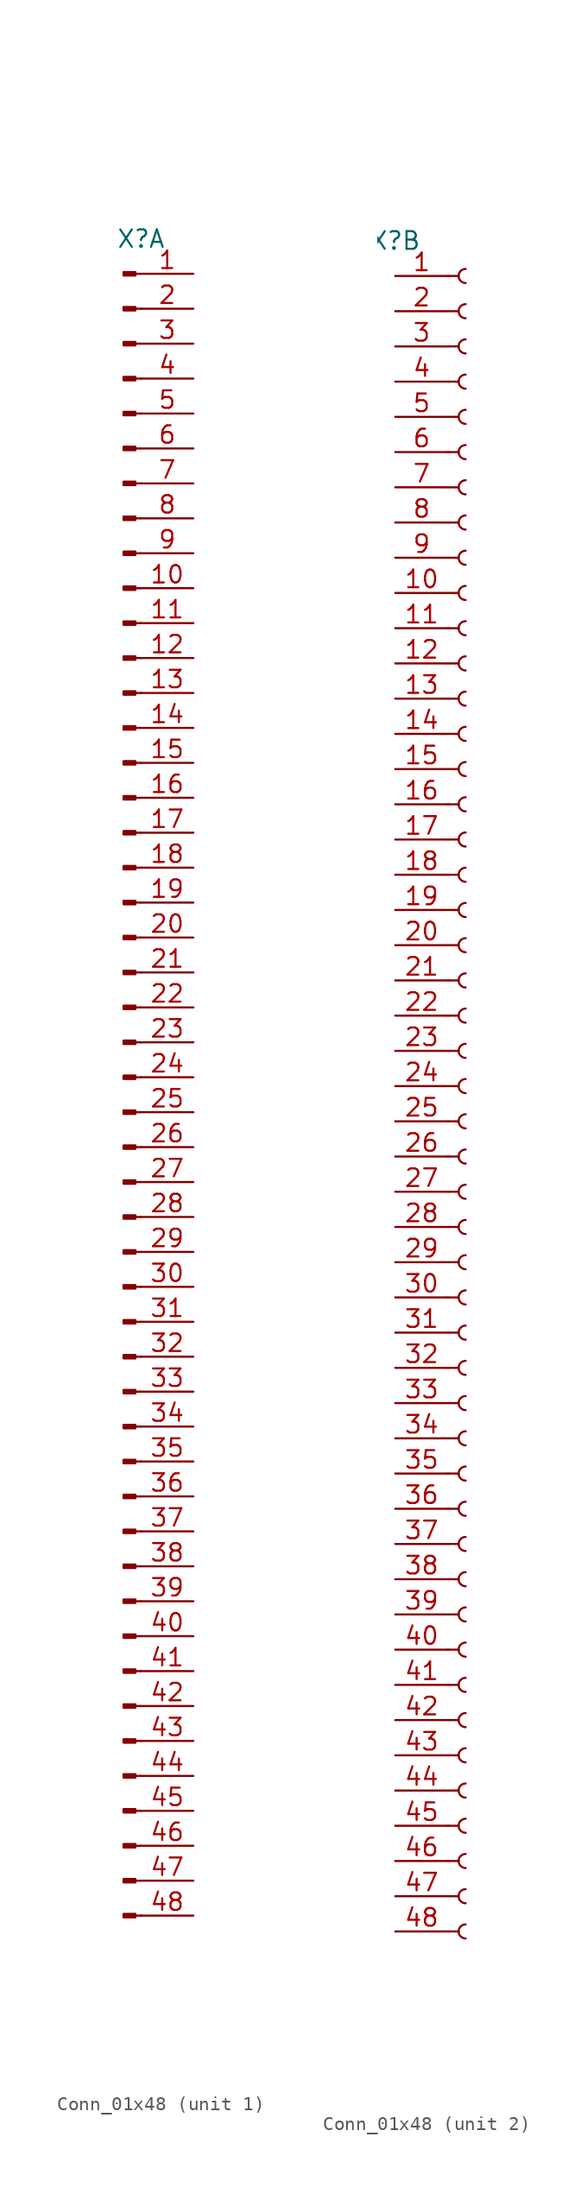
<source format=kicad_sym>
(kicad_symbol_lib
  (version 20241209)
  (generator "kicad_symbol_editor")
  (generator_version "9.0")
  (symbol "Conn_01x48"
    (pin_names
      (offset 1.016)
      (hide yes))
    (property "Reference" "X"
      (at 0 60.96 0)
      (effects (font (size 1.27 1.27))))
    (property "ki_locked" ""
      (at 0 0 0)
      (effects (font (size 1.27 1.27))))
    (symbol "Conn_01x48_1_1"
      (rectangle (start -0.406 58.547) (end -1.27 58.293) (stroke (width 0.152) (type default)) (fill (type outline)))
      (rectangle (start -0.406 56.007) (end -1.27 55.753) (stroke (width 0.152) (type default)) (fill (type outline)))
      (rectangle (start -0.406 53.467) (end -1.27 53.213) (stroke (width 0.152) (type default)) (fill (type outline)))
      (rectangle (start -0.406 50.927) (end -1.27 50.673) (stroke (width 0.152) (type default)) (fill (type outline)))
      (rectangle (start -0.406 48.387) (end -1.27 48.133) (stroke (width 0.152) (type default)) (fill (type outline)))
      (rectangle (start -0.406 45.847) (end -1.27 45.593) (stroke (width 0.152) (type default)) (fill (type outline)))
      (rectangle (start -0.406 43.307) (end -1.27 43.053) (stroke (width 0.152) (type default)) (fill (type outline)))
      (rectangle (start -0.406 40.767) (end -1.27 40.513) (stroke (width 0.152) (type default)) (fill (type outline)))
      (rectangle (start -0.406 38.227) (end -1.27 37.973) (stroke (width 0.152) (type default)) (fill (type outline)))
      (rectangle (start -0.406 35.687) (end -1.27 35.433) (stroke (width 0.152) (type default)) (fill (type outline)))
      (rectangle (start -0.406 33.147) (end -1.27 32.893) (stroke (width 0.152) (type default)) (fill (type outline)))
      (rectangle (start -0.406 30.607) (end -1.27 30.353) (stroke (width 0.152) (type default)) (fill (type outline)))
      (rectangle (start -0.406 28.067) (end -1.27 27.813) (stroke (width 0.152) (type default)) (fill (type outline)))
      (rectangle (start -0.406 25.527) (end -1.27 25.273) (stroke (width 0.152) (type default)) (fill (type outline)))
      (rectangle (start -0.406 22.987) (end -1.27 22.733) (stroke (width 0.152) (type default)) (fill (type outline)))
      (rectangle (start -0.406 20.447) (end -1.27 20.193) (stroke (width 0.152) (type default)) (fill (type outline)))
      (rectangle (start -0.406 17.907) (end -1.27 17.653) (stroke (width 0.152) (type default)) (fill (type outline)))
      (rectangle (start -0.406 15.367) (end -1.27 15.113) (stroke (width 0.152) (type default)) (fill (type outline)))
      (rectangle (start -0.406 12.827) (end -1.27 12.573) (stroke (width 0.152) (type default)) (fill (type outline)))
      (rectangle (start -0.406 10.287) (end -1.27 10.033) (stroke (width 0.152) (type default)) (fill (type outline)))
      (rectangle (start -0.406 7.747) (end -1.27 7.493) (stroke (width 0.152) (type default)) (fill (type outline)))
      (rectangle (start -0.406 5.207) (end -1.27 4.953) (stroke (width 0.152) (type default)) (fill (type outline)))
      (rectangle (start -0.406 2.667) (end -1.27 2.413) (stroke (width 0.152) (type default)) (fill (type outline)))
      (rectangle (start -0.406 0.127) (end -1.27 -0.127) (stroke (width 0.152) (type default)) (fill (type outline)))
      (rectangle (start -0.406 -2.413) (end -1.27 -2.667) (stroke (width 0.152) (type default)) (fill (type outline)))
      (rectangle (start -0.406 -4.953) (end -1.27 -5.207) (stroke (width 0.152) (type default)) (fill (type outline)))
      (rectangle (start -0.406 -7.493) (end -1.27 -7.747) (stroke (width 0.152) (type default)) (fill (type outline)))
      (rectangle (start -0.406 -10.033) (end -1.27 -10.287) (stroke (width 0.152) (type default)) (fill (type outline)))
      (rectangle (start -0.406 -12.573) (end -1.27 -12.827) (stroke (width 0.152) (type default)) (fill (type outline)))
      (rectangle (start -0.406 -15.113) (end -1.27 -15.367) (stroke (width 0.152) (type default)) (fill (type outline)))
      (rectangle (start -0.406 -17.653) (end -1.27 -17.907) (stroke (width 0.152) (type default)) (fill (type outline)))
      (rectangle (start -0.406 -20.193) (end -1.27 -20.447) (stroke (width 0.152) (type default)) (fill (type outline)))
      (rectangle (start -0.406 -22.733) (end -1.27 -22.987) (stroke (width 0.152) (type default)) (fill (type outline)))
      (rectangle (start -0.406 -25.273) (end -1.27 -25.527) (stroke (width 0.152) (type default)) (fill (type outline)))
      (rectangle (start -0.406 -27.813) (end -1.27 -28.067) (stroke (width 0.152) (type default)) (fill (type outline)))
      (rectangle (start -0.406 -30.353) (end -1.27 -30.607) (stroke (width 0.152) (type default)) (fill (type outline)))
      (rectangle (start -0.406 -32.893) (end -1.27 -33.147) (stroke (width 0.152) (type default)) (fill (type outline)))
      (rectangle (start -0.406 -35.433) (end -1.27 -35.687) (stroke (width 0.152) (type default)) (fill (type outline)))
      (rectangle (start -0.406 -37.973) (end -1.27 -38.227) (stroke (width 0.152) (type default)) (fill (type outline)))
      (rectangle (start -0.406 -40.513) (end -1.27 -40.767) (stroke (width 0.152) (type default)) (fill (type outline)))
      (rectangle (start -0.406 -43.053) (end -1.27 -43.307) (stroke (width 0.152) (type default)) (fill (type outline)))
      (rectangle (start -0.406 -45.593) (end -1.27 -45.847) (stroke (width 0.152) (type default)) (fill (type outline)))
      (rectangle (start -0.406 -48.133) (end -1.27 -48.387) (stroke (width 0.152) (type default)) (fill (type outline)))
      (rectangle (start -0.406 -50.673) (end -1.27 -50.927) (stroke (width 0.152) (type default)) (fill (type outline)))
      (rectangle (start -0.406 -53.213) (end -1.27 -53.467) (stroke (width 0.152) (type default)) (fill (type outline)))
      (rectangle (start -0.406 -55.753) (end -1.27 -56.007) (stroke (width 0.152) (type default)) (fill (type outline)))
      (rectangle (start -0.406 -58.293) (end -1.27 -58.547) (stroke (width 0.152) (type default)) (fill (type outline)))
      (rectangle (start -0.406 -60.833) (end -1.27 -61.087) (stroke (width 0.152) (type default)) (fill (type outline)))
      (polyline (pts (xy 0 58.42) (xy -0.406 58.42)) (stroke (width 0.152) (type default)) (fill (type none)))
      (polyline (pts (xy 0 55.88) (xy -0.406 55.88)) (stroke (width 0.152) (type default)) (fill (type none)))
      (polyline (pts (xy 0 53.34) (xy -0.406 53.34)) (stroke (width 0.152) (type default)) (fill (type none)))
      (polyline (pts (xy 0 50.8) (xy -0.406 50.8)) (stroke (width 0.152) (type default)) (fill (type none)))
      (polyline (pts (xy 0 48.26) (xy -0.406 48.26)) (stroke (width 0.152) (type default)) (fill (type none)))
      (polyline (pts (xy 0 45.72) (xy -0.406 45.72)) (stroke (width 0.152) (type default)) (fill (type none)))
      (polyline (pts (xy 0 43.18) (xy -0.406 43.18)) (stroke (width 0.152) (type default)) (fill (type none)))
      (polyline (pts (xy 0 40.64) (xy -0.406 40.64)) (stroke (width 0.152) (type default)) (fill (type none)))
      (polyline (pts (xy 0 38.1) (xy -0.406 38.1)) (stroke (width 0.152) (type default)) (fill (type none)))
      (polyline (pts (xy 0 35.56) (xy -0.406 35.56)) (stroke (width 0.152) (type default)) (fill (type none)))
      (polyline (pts (xy 0 33.02) (xy -0.406 33.02)) (stroke (width 0.152) (type default)) (fill (type none)))
      (polyline (pts (xy 0 30.48) (xy -0.406 30.48)) (stroke (width 0.152) (type default)) (fill (type none)))
      (polyline (pts (xy 0 27.94) (xy -0.406 27.94)) (stroke (width 0.152) (type default)) (fill (type none)))
      (polyline (pts (xy 0 25.4) (xy -0.406 25.4)) (stroke (width 0.152) (type default)) (fill (type none)))
      (polyline (pts (xy 0 22.86) (xy -0.406 22.86)) (stroke (width 0.152) (type default)) (fill (type none)))
      (polyline (pts (xy 0 20.32) (xy -0.406 20.32)) (stroke (width 0.152) (type default)) (fill (type none)))
      (polyline (pts (xy 0 17.78) (xy -0.406 17.78)) (stroke (width 0.152) (type default)) (fill (type none)))
      (polyline (pts (xy 0 15.24) (xy -0.406 15.24)) (stroke (width 0.152) (type default)) (fill (type none)))
      (polyline (pts (xy 0 12.7) (xy -0.406 12.7)) (stroke (width 0.152) (type default)) (fill (type none)))
      (polyline (pts (xy 0 10.16) (xy -0.406 10.16)) (stroke (width 0.152) (type default)) (fill (type none)))
      (polyline (pts (xy 0 7.62) (xy -0.406 7.62)) (stroke (width 0.152) (type default)) (fill (type none)))
      (polyline (pts (xy 0 5.08) (xy -0.406 5.08)) (stroke (width 0.152) (type default)) (fill (type none)))
      (polyline (pts (xy 0 2.54) (xy -0.406 2.54)) (stroke (width 0.152) (type default)) (fill (type none)))
      (polyline (pts (xy 0 0) (xy -0.406 0)) (stroke (width 0.152) (type default)) (fill (type none)))
      (polyline (pts (xy 0 -2.54) (xy -0.406 -2.54)) (stroke (width 0.152) (type default)) (fill (type none)))
      (polyline (pts (xy 0 -5.08) (xy -0.406 -5.08)) (stroke (width 0.152) (type default)) (fill (type none)))
      (polyline (pts (xy 0 -7.62) (xy -0.406 -7.62)) (stroke (width 0.152) (type default)) (fill (type none)))
      (polyline (pts (xy 0 -10.16) (xy -0.406 -10.16)) (stroke (width 0.152) (type default)) (fill (type none)))
      (polyline (pts (xy 0 -12.7) (xy -0.406 -12.7)) (stroke (width 0.152) (type default)) (fill (type none)))
      (polyline (pts (xy 0 -15.24) (xy -0.406 -15.24)) (stroke (width 0.152) (type default)) (fill (type none)))
      (polyline (pts (xy 0 -17.78) (xy -0.406 -17.78)) (stroke (width 0.152) (type default)) (fill (type none)))
      (polyline (pts (xy 0 -20.32) (xy -0.406 -20.32)) (stroke (width 0.152) (type default)) (fill (type none)))
      (polyline (pts (xy 0 -22.86) (xy -0.406 -22.86)) (stroke (width 0.152) (type default)) (fill (type none)))
      (polyline (pts (xy 0 -25.4) (xy -0.406 -25.4)) (stroke (width 0.152) (type default)) (fill (type none)))
      (polyline (pts (xy 0 -27.94) (xy -0.406 -27.94)) (stroke (width 0.152) (type default)) (fill (type none)))
      (polyline (pts (xy 0 -30.48) (xy -0.406 -30.48)) (stroke (width 0.152) (type default)) (fill (type none)))
      (polyline (pts (xy 0 -33.02) (xy -0.406 -33.02)) (stroke (width 0.152) (type default)) (fill (type none)))
      (polyline (pts (xy 0 -35.56) (xy -0.406 -35.56)) (stroke (width 0.152) (type default)) (fill (type none)))
      (polyline (pts (xy 0 -38.1) (xy -0.406 -38.1)) (stroke (width 0.152) (type default)) (fill (type none)))
      (polyline (pts (xy 0 -40.64) (xy -0.406 -40.64)) (stroke (width 0.152) (type default)) (fill (type none)))
      (polyline (pts (xy 0 -43.18) (xy -0.406 -43.18)) (stroke (width 0.152) (type default)) (fill (type none)))
      (polyline (pts (xy 0 -45.72) (xy -0.406 -45.72)) (stroke (width 0.152) (type default)) (fill (type none)))
      (polyline (pts (xy 0 -48.26) (xy -0.406 -48.26)) (stroke (width 0.152) (type default)) (fill (type none)))
      (polyline (pts (xy 0 -50.8) (xy -0.406 -50.8)) (stroke (width 0.152) (type default)) (fill (type none)))
      (polyline (pts (xy 0 -53.34) (xy -0.406 -53.34)) (stroke (width 0.152) (type default)) (fill (type none)))
      (polyline (pts (xy 0 -55.88) (xy -0.406 -55.88)) (stroke (width 0.152) (type default)) (fill (type none)))
      (polyline (pts (xy 0 -58.42) (xy -0.406 -58.42)) (stroke (width 0.152) (type default)) (fill (type none)))
      (polyline (pts (xy 0 -60.96) (xy -0.406 -60.96)) (stroke (width 0.152) (type default)) (fill (type none)))
      (pin passive line (at 3.81 58.42 180) (length 3.81) (name "Pin_1" (effects (font (size 1.27 1.27)))) (number "1" (effects (font (size 1.27 1.27)))))
      (pin passive line (at 3.81 55.88 180) (length 3.81) (name "Pin_2" (effects (font (size 1.27 1.27)))) (number "2" (effects (font (size 1.27 1.27)))))
      (pin passive line (at 3.81 53.34 180) (length 3.81) (name "Pin_3" (effects (font (size 1.27 1.27)))) (number "3" (effects (font (size 1.27 1.27)))))
      (pin passive line (at 3.81 50.8 180) (length 3.81) (name "Pin_4" (effects (font (size 1.27 1.27)))) (number "4" (effects (font (size 1.27 1.27)))))
      (pin passive line (at 3.81 48.26 180) (length 3.81) (name "Pin_5" (effects (font (size 1.27 1.27)))) (number "5" (effects (font (size 1.27 1.27)))))
      (pin passive line (at 3.81 45.72 180) (length 3.81) (name "Pin_6" (effects (font (size 1.27 1.27)))) (number "6" (effects (font (size 1.27 1.27)))))
      (pin passive line (at 3.81 43.18 180) (length 3.81) (name "Pin_7" (effects (font (size 1.27 1.27)))) (number "7" (effects (font (size 1.27 1.27)))))
      (pin passive line (at 3.81 40.64 180) (length 3.81) (name "Pin_8" (effects (font (size 1.27 1.27)))) (number "8" (effects (font (size 1.27 1.27)))))
      (pin passive line (at 3.81 38.1 180) (length 3.81) (name "Pin_9" (effects (font (size 1.27 1.27)))) (number "9" (effects (font (size 1.27 1.27)))))
      (pin passive line (at 3.81 35.56 180) (length 3.81) (name "Pin_10" (effects (font (size 1.27 1.27)))) (number "10" (effects (font (size 1.27 1.27)))))
      (pin passive line (at 3.81 33.02 180) (length 3.81) (name "Pin_11" (effects (font (size 1.27 1.27)))) (number "11" (effects (font (size 1.27 1.27)))))
      (pin passive line (at 3.81 30.48 180) (length 3.81) (name "Pin_12" (effects (font (size 1.27 1.27)))) (number "12" (effects (font (size 1.27 1.27)))))
      (pin passive line (at 3.81 27.94 180) (length 3.81) (name "Pin_13" (effects (font (size 1.27 1.27)))) (number "13" (effects (font (size 1.27 1.27)))))
      (pin passive line (at 3.81 25.4 180) (length 3.81) (name "Pin_14" (effects (font (size 1.27 1.27)))) (number "14" (effects (font (size 1.27 1.27)))))
      (pin passive line (at 3.81 22.86 180) (length 3.81) (name "Pin_15" (effects (font (size 1.27 1.27)))) (number "15" (effects (font (size 1.27 1.27)))))
      (pin passive line (at 3.81 20.32 180) (length 3.81) (name "Pin_16" (effects (font (size 1.27 1.27)))) (number "16" (effects (font (size 1.27 1.27)))))
      (pin passive line (at 3.81 17.78 180) (length 3.81) (name "Pin_17" (effects (font (size 1.27 1.27)))) (number "17" (effects (font (size 1.27 1.27)))))
      (pin passive line (at 3.81 15.24 180) (length 3.81) (name "Pin_18" (effects (font (size 1.27 1.27)))) (number "18" (effects (font (size 1.27 1.27)))))
      (pin passive line (at 3.81 12.7 180) (length 3.81) (name "Pin_19" (effects (font (size 1.27 1.27)))) (number "19" (effects (font (size 1.27 1.27)))))
      (pin passive line (at 3.81 10.16 180) (length 3.81) (name "Pin_20" (effects (font (size 1.27 1.27)))) (number "20" (effects (font (size 1.27 1.27)))))
      (pin passive line (at 3.81 7.62 180) (length 3.81) (name "Pin_21" (effects (font (size 1.27 1.27)))) (number "21" (effects (font (size 1.27 1.27)))))
      (pin passive line (at 3.81 5.08 180) (length 3.81) (name "Pin_22" (effects (font (size 1.27 1.27)))) (number "22" (effects (font (size 1.27 1.27)))))
      (pin passive line (at 3.81 2.54 180) (length 3.81) (name "Pin_23" (effects (font (size 1.27 1.27)))) (number "23" (effects (font (size 1.27 1.27)))))
      (pin passive line (at 3.81 0 180) (length 3.81) (name "Pin_24" (effects (font (size 1.27 1.27)))) (number "24" (effects (font (size 1.27 1.27)))))
      (pin passive line (at 3.81 -2.54 180) (length 3.81) (name "Pin_25" (effects (font (size 1.27 1.27)))) (number "25" (effects (font (size 1.27 1.27)))))
      (pin passive line (at 3.81 -5.08 180) (length 3.81) (name "Pin_26" (effects (font (size 1.27 1.27)))) (number "26" (effects (font (size 1.27 1.27)))))
      (pin passive line (at 3.81 -7.62 180) (length 3.81) (name "Pin_27" (effects (font (size 1.27 1.27)))) (number "27" (effects (font (size 1.27 1.27)))))
      (pin passive line (at 3.81 -10.16 180) (length 3.81) (name "Pin_28" (effects (font (size 1.27 1.27)))) (number "28" (effects (font (size 1.27 1.27)))))
      (pin passive line (at 3.81 -12.7 180) (length 3.81) (name "Pin_29" (effects (font (size 1.27 1.27)))) (number "29" (effects (font (size 1.27 1.27)))))
      (pin passive line (at 3.81 -15.24 180) (length 3.81) (name "Pin_30" (effects (font (size 1.27 1.27)))) (number "30" (effects (font (size 1.27 1.27)))))
      (pin passive line (at 3.81 -17.78 180) (length 3.81) (name "Pin_31" (effects (font (size 1.27 1.27)))) (number "31" (effects (font (size 1.27 1.27)))))
      (pin passive line (at 3.81 -20.32 180) (length 3.81) (name "Pin_32" (effects (font (size 1.27 1.27)))) (number "32" (effects (font (size 1.27 1.27)))))
      (pin passive line (at 3.81 -22.86 180) (length 3.81) (name "Pin_33" (effects (font (size 1.27 1.27)))) (number "33" (effects (font (size 1.27 1.27)))))
      (pin passive line (at 3.81 -25.4 180) (length 3.81) (name "Pin_34" (effects (font (size 1.27 1.27)))) (number "34" (effects (font (size 1.27 1.27)))))
      (pin passive line (at 3.81 -27.94 180) (length 3.81) (name "Pin_35" (effects (font (size 1.27 1.27)))) (number "35" (effects (font (size 1.27 1.27)))))
      (pin passive line (at 3.81 -30.48 180) (length 3.81) (name "Pin_36" (effects (font (size 1.27 1.27)))) (number "36" (effects (font (size 1.27 1.27)))))
      (pin passive line (at 3.81 -33.02 180) (length 3.81) (name "Pin_37" (effects (font (size 1.27 1.27)))) (number "37" (effects (font (size 1.27 1.27)))))
      (pin passive line (at 3.81 -35.56 180) (length 3.81) (name "Pin_38" (effects (font (size 1.27 1.27)))) (number "38" (effects (font (size 1.27 1.27)))))
      (pin passive line (at 3.81 -38.1 180) (length 3.81) (name "Pin_39" (effects (font (size 1.27 1.27)))) (number "39" (effects (font (size 1.27 1.27)))))
      (pin passive line (at 3.81 -40.64 180) (length 3.81) (name "Pin_40" (effects (font (size 1.27 1.27)))) (number "40" (effects (font (size 1.27 1.27)))))
      (pin passive line (at 3.81 -43.18 180) (length 3.81) (name "Pin_41" (effects (font (size 1.27 1.27)))) (number "41" (effects (font (size 1.27 1.27)))))
      (pin passive line (at 3.81 -45.72 180) (length 3.81) (name "Pin_42" (effects (font (size 1.27 1.27)))) (number "42" (effects (font (size 1.27 1.27)))))
      (pin passive line (at 3.81 -48.26 180) (length 3.81) (name "Pin_43" (effects (font (size 1.27 1.27)))) (number "43" (effects (font (size 1.27 1.27)))))
      (pin passive line (at 3.81 -50.8 180) (length 3.81) (name "Pin_44" (effects (font (size 1.27 1.27)))) (number "44" (effects (font (size 1.27 1.27)))))
      (pin passive line (at 3.81 -53.34 180) (length 3.81) (name "Pin_45" (effects (font (size 1.27 1.27)))) (number "45" (effects (font (size 1.27 1.27)))))
      (pin passive line (at 3.81 -55.88 180) (length 3.81) (name "Pin_46" (effects (font (size 1.27 1.27)))) (number "46" (effects (font (size 1.27 1.27)))))
      (pin passive line (at 3.81 -58.42 180) (length 3.81) (name "Pin_47" (effects (font (size 1.27 1.27)))) (number "47" (effects (font (size 1.27 1.27)))))
      (pin passive line (at 3.81 -60.96 180) (length 3.81) (name "Pin_48" (effects (font (size 1.27 1.27)))) (number "48" (effects (font (size 1.27 1.27))))))
    (symbol "Conn_01x48_2_1"
      (polyline (pts (xy 3.81 58.42) (xy 4.572 58.42)) (stroke (width 0.152) (type default)) (fill (type none)))
      (polyline (pts (xy 3.81 55.88) (xy 4.572 55.88)) (stroke (width 0.152) (type default)) (fill (type none)))
      (polyline (pts (xy 3.81 53.34) (xy 4.572 53.34)) (stroke (width 0.152) (type default)) (fill (type none)))
      (polyline (pts (xy 3.81 50.8) (xy 4.572 50.8)) (stroke (width 0.152) (type default)) (fill (type none)))
      (polyline (pts (xy 3.81 48.26) (xy 4.572 48.26)) (stroke (width 0.152) (type default)) (fill (type none)))
      (polyline (pts (xy 3.81 45.72) (xy 4.572 45.72)) (stroke (width 0.152) (type default)) (fill (type none)))
      (polyline (pts (xy 3.81 43.18) (xy 4.572 43.18)) (stroke (width 0.152) (type default)) (fill (type none)))
      (polyline (pts (xy 3.81 40.64) (xy 4.572 40.64)) (stroke (width 0.152) (type default)) (fill (type none)))
      (polyline (pts (xy 3.81 38.1) (xy 4.572 38.1)) (stroke (width 0.152) (type default)) (fill (type none)))
      (polyline (pts (xy 3.81 35.56) (xy 4.572 35.56)) (stroke (width 0.152) (type default)) (fill (type none)))
      (polyline (pts (xy 3.81 33.02) (xy 4.572 33.02)) (stroke (width 0.152) (type default)) (fill (type none)))
      (polyline (pts (xy 3.81 30.48) (xy 4.572 30.48)) (stroke (width 0.152) (type default)) (fill (type none)))
      (polyline (pts (xy 3.81 27.94) (xy 4.572 27.94)) (stroke (width 0.152) (type default)) (fill (type none)))
      (polyline (pts (xy 3.81 25.4) (xy 4.572 25.4)) (stroke (width 0.152) (type default)) (fill (type none)))
      (polyline (pts (xy 3.81 22.86) (xy 4.572 22.86)) (stroke (width 0.152) (type default)) (fill (type none)))
      (polyline (pts (xy 3.81 20.32) (xy 4.572 20.32)) (stroke (width 0.152) (type default)) (fill (type none)))
      (polyline (pts (xy 3.81 17.78) (xy 4.572 17.78)) (stroke (width 0.152) (type default)) (fill (type none)))
      (polyline (pts (xy 3.81 15.24) (xy 4.572 15.24)) (stroke (width 0.152) (type default)) (fill (type none)))
      (polyline (pts (xy 3.81 12.7) (xy 4.572 12.7)) (stroke (width 0.152) (type default)) (fill (type none)))
      (polyline (pts (xy 3.81 10.16) (xy 4.572 10.16)) (stroke (width 0.152) (type default)) (fill (type none)))
      (polyline (pts (xy 3.81 7.62) (xy 4.572 7.62)) (stroke (width 0.152) (type default)) (fill (type none)))
      (polyline (pts (xy 3.81 5.08) (xy 4.572 5.08)) (stroke (width 0.152) (type default)) (fill (type none)))
      (polyline (pts (xy 3.81 2.54) (xy 4.572 2.54)) (stroke (width 0.152) (type default)) (fill (type none)))
      (polyline (pts (xy 3.81 0) (xy 4.572 0)) (stroke (width 0.152) (type default)) (fill (type none)))
      (polyline (pts (xy 3.81 -2.54) (xy 4.572 -2.54)) (stroke (width 0.152) (type default)) (fill (type none)))
      (polyline (pts (xy 3.81 -5.08) (xy 4.572 -5.08)) (stroke (width 0.152) (type default)) (fill (type none)))
      (polyline (pts (xy 3.81 -7.62) (xy 4.572 -7.62)) (stroke (width 0.152) (type default)) (fill (type none)))
      (polyline (pts (xy 3.81 -10.16) (xy 4.572 -10.16)) (stroke (width 0.152) (type default)) (fill (type none)))
      (polyline (pts (xy 3.81 -12.7) (xy 4.572 -12.7)) (stroke (width 0.152) (type default)) (fill (type none)))
      (polyline (pts (xy 3.81 -15.24) (xy 4.572 -15.24)) (stroke (width 0.152) (type default)) (fill (type none)))
      (polyline (pts (xy 3.81 -17.78) (xy 4.572 -17.78)) (stroke (width 0.152) (type default)) (fill (type none)))
      (polyline (pts (xy 3.81 -20.32) (xy 4.572 -20.32)) (stroke (width 0.152) (type default)) (fill (type none)))
      (polyline (pts (xy 3.81 -22.86) (xy 4.572 -22.86)) (stroke (width 0.152) (type default)) (fill (type none)))
      (polyline (pts (xy 3.81 -25.4) (xy 4.572 -25.4)) (stroke (width 0.152) (type default)) (fill (type none)))
      (polyline (pts (xy 3.81 -27.94) (xy 4.572 -27.94)) (stroke (width 0.152) (type default)) (fill (type none)))
      (polyline (pts (xy 3.81 -30.48) (xy 4.572 -30.48)) (stroke (width 0.152) (type default)) (fill (type none)))
      (polyline (pts (xy 3.81 -33.02) (xy 4.572 -33.02)) (stroke (width 0.152) (type default)) (fill (type none)))
      (polyline (pts (xy 3.81 -35.56) (xy 4.572 -35.56)) (stroke (width 0.152) (type default)) (fill (type none)))
      (polyline (pts (xy 3.81 -38.1) (xy 4.572 -38.1)) (stroke (width 0.152) (type default)) (fill (type none)))
      (polyline (pts (xy 3.81 -40.64) (xy 4.572 -40.64)) (stroke (width 0.152) (type default)) (fill (type none)))
      (polyline (pts (xy 3.81 -43.18) (xy 4.572 -43.18)) (stroke (width 0.152) (type default)) (fill (type none)))
      (polyline (pts (xy 3.81 -45.72) (xy 4.572 -45.72)) (stroke (width 0.152) (type default)) (fill (type none)))
      (polyline (pts (xy 3.81 -48.26) (xy 4.572 -48.26)) (stroke (width 0.152) (type default)) (fill (type none)))
      (polyline (pts (xy 3.81 -50.8) (xy 4.572 -50.8)) (stroke (width 0.152) (type default)) (fill (type none)))
      (polyline (pts (xy 3.81 -53.34) (xy 4.572 -53.34)) (stroke (width 0.152) (type default)) (fill (type none)))
      (polyline (pts (xy 3.81 -55.88) (xy 4.572 -55.88)) (stroke (width 0.152) (type default)) (fill (type none)))
      (polyline (pts (xy 3.81 -58.42) (xy 4.572 -58.42)) (stroke (width 0.152) (type default)) (fill (type none)))
      (polyline (pts (xy 3.81 -60.96) (xy 4.572 -60.96)) (stroke (width 0.152) (type default)) (fill (type none)))
      (arc (start 5.08 57.912) (mid 4.5742 58.42) (end 5.08 58.928) (stroke (width 0.1524) (type default)) (fill (type none)))
      (arc (start 5.08 55.372) (mid 4.5742 55.88) (end 5.08 56.388) (stroke (width 0.1524) (type default)) (fill (type none)))
      (arc (start 5.08 52.832) (mid 4.5742 53.34) (end 5.08 53.848) (stroke (width 0.1524) (type default)) (fill (type none)))
      (arc (start 5.08 50.292) (mid 4.5742 50.8) (end 5.08 51.308) (stroke (width 0.1524) (type default)) (fill (type none)))
      (arc (start 5.08 47.752) (mid 4.5742 48.26) (end 5.08 48.768) (stroke (width 0.1524) (type default)) (fill (type none)))
      (arc (start 5.08 45.212) (mid 4.5742 45.72) (end 5.08 46.228) (stroke (width 0.1524) (type default)) (fill (type none)))
      (arc (start 5.08 42.672) (mid 4.5742 43.18) (end 5.08 43.688) (stroke (width 0.1524) (type default)) (fill (type none)))
      (arc (start 5.08 40.132) (mid 4.5742 40.64) (end 5.08 41.148) (stroke (width 0.1524) (type default)) (fill (type none)))
      (arc (start 5.08 37.592) (mid 4.5742 38.1) (end 5.08 38.608) (stroke (width 0.1524) (type default)) (fill (type none)))
      (arc (start 5.08 35.052) (mid 4.5742 35.56) (end 5.08 36.068) (stroke (width 0.1524) (type default)) (fill (type none)))
      (arc (start 5.08 32.512) (mid 4.5742 33.02) (end 5.08 33.528) (stroke (width 0.1524) (type default)) (fill (type none)))
      (arc (start 5.08 29.972) (mid 4.5742 30.48) (end 5.08 30.988) (stroke (width 0.1524) (type default)) (fill (type none)))
      (arc (start 5.08 27.432) (mid 4.5742 27.94) (end 5.08 28.448) (stroke (width 0.1524) (type default)) (fill (type none)))
      (arc (start 5.08 24.892) (mid 4.5742 25.4) (end 5.08 25.908) (stroke (width 0.1524) (type default)) (fill (type none)))
      (arc (start 5.08 22.352) (mid 4.5742 22.86) (end 5.08 23.368) (stroke (width 0.1524) (type default)) (fill (type none)))
      (arc (start 5.08 19.812) (mid 4.5742 20.32) (end 5.08 20.828) (stroke (width 0.1524) (type default)) (fill (type none)))
      (arc (start 5.08 17.272) (mid 4.5742 17.78) (end 5.08 18.288) (stroke (width 0.1524) (type default)) (fill (type none)))
      (arc (start 5.08 14.732) (mid 4.5742 15.24) (end 5.08 15.748) (stroke (width 0.1524) (type default)) (fill (type none)))
      (arc (start 5.08 12.192) (mid 4.5742 12.7) (end 5.08 13.208) (stroke (width 0.1524) (type default)) (fill (type none)))
      (arc (start 5.08 9.652) (mid 4.5742 10.16) (end 5.08 10.668) (stroke (width 0.1524) (type default)) (fill (type none)))
      (arc (start 5.08 7.112) (mid 4.5742 7.62) (end 5.08 8.128) (stroke (width 0.1524) (type default)) (fill (type none)))
      (arc (start 5.08 4.572) (mid 4.5742 5.08) (end 5.08 5.588) (stroke (width 0.1524) (type default)) (fill (type none)))
      (arc (start 5.08 2.032) (mid 4.5742 2.54) (end 5.08 3.048) (stroke (width 0.1524) (type default)) (fill (type none)))
      (arc (start 5.08 -0.508) (mid 4.5742 0) (end 5.08 0.508) (stroke (width 0.1524) (type default)) (fill (type none)))
      (arc (start 5.08 -3.048) (mid 4.5742 -2.54) (end 5.08 -2.032) (stroke (width 0.1524) (type default)) (fill (type none)))
      (arc (start 5.08 -5.588) (mid 4.5742 -5.08) (end 5.08 -4.572) (stroke (width 0.1524) (type default)) (fill (type none)))
      (arc (start 5.08 -8.128) (mid 4.5742 -7.62) (end 5.08 -7.112) (stroke (width 0.1524) (type default)) (fill (type none)))
      (arc (start 5.08 -10.668) (mid 4.5742 -10.16) (end 5.08 -9.652) (stroke (width 0.1524) (type default)) (fill (type none)))
      (arc (start 5.08 -13.208) (mid 4.5742 -12.7) (end 5.08 -12.192) (stroke (width 0.1524) (type default)) (fill (type none)))
      (arc (start 5.08 -15.748) (mid 4.5742 -15.24) (end 5.08 -14.732) (stroke (width 0.1524) (type default)) (fill (type none)))
      (arc (start 5.08 -18.288) (mid 4.5742 -17.78) (end 5.08 -17.272) (stroke (width 0.1524) (type default)) (fill (type none)))
      (arc (start 5.08 -20.828) (mid 4.5742 -20.32) (end 5.08 -19.812) (stroke (width 0.1524) (type default)) (fill (type none)))
      (arc (start 5.08 -23.368) (mid 4.5742 -22.86) (end 5.08 -22.352) (stroke (width 0.1524) (type default)) (fill (type none)))
      (arc (start 5.08 -25.908) (mid 4.5742 -25.4) (end 5.08 -24.892) (stroke (width 0.1524) (type default)) (fill (type none)))
      (arc (start 5.08 -28.448) (mid 4.5742 -27.94) (end 5.08 -27.432) (stroke (width 0.1524) (type default)) (fill (type none)))
      (arc (start 5.08 -30.988) (mid 4.5742 -30.48) (end 5.08 -29.972) (stroke (width 0.1524) (type default)) (fill (type none)))
      (arc (start 5.08 -33.528) (mid 4.5742 -33.02) (end 5.08 -32.512) (stroke (width 0.1524) (type default)) (fill (type none)))
      (arc (start 5.08 -36.068) (mid 4.5742 -35.56) (end 5.08 -35.052) (stroke (width 0.1524) (type default)) (fill (type none)))
      (arc (start 5.08 -38.608) (mid 4.5742 -38.1) (end 5.08 -37.592) (stroke (width 0.1524) (type default)) (fill (type none)))
      (arc (start 5.08 -41.148) (mid 4.5742 -40.64) (end 5.08 -40.132) (stroke (width 0.1524) (type default)) (fill (type none)))
      (arc (start 5.08 -43.688) (mid 4.5742 -43.18) (end 5.08 -42.672) (stroke (width 0.1524) (type default)) (fill (type none)))
      (arc (start 5.08 -46.228) (mid 4.5742 -45.72) (end 5.08 -45.212) (stroke (width 0.1524) (type default)) (fill (type none)))
      (arc (start 5.08 -48.768) (mid 4.5742 -48.26) (end 5.08 -47.752) (stroke (width 0.1524) (type default)) (fill (type none)))
      (arc (start 5.08 -51.308) (mid 4.5742 -50.8) (end 5.08 -50.292) (stroke (width 0.1524) (type default)) (fill (type none)))
      (arc (start 5.08 -53.848) (mid 4.5742 -53.34) (end 5.08 -52.832) (stroke (width 0.1524) (type default)) (fill (type none)))
      (arc (start 5.08 -56.388) (mid 4.5742 -55.88) (end 5.08 -55.372) (stroke (width 0.1524) (type default)) (fill (type none)))
      (arc (start 5.08 -58.928) (mid 4.5742 -58.42) (end 5.08 -57.912) (stroke (width 0.1524) (type default)) (fill (type none)))
      (arc (start 5.08 -61.468) (mid 4.5742 -60.96) (end 5.08 -60.452) (stroke (width 0.1524) (type default)) (fill (type none)))
      (pin passive line (at 0 58.42 0) (length 3.81) (name "Pin_1" (effects (font (size 1.27 1.27)))) (number "1" (effects (font (size 1.27 1.27)))))
      (pin passive line (at 0 55.88 0) (length 3.81) (name "Pin_2" (effects (font (size 1.27 1.27)))) (number "2" (effects (font (size 1.27 1.27)))))
      (pin passive line (at 0 53.34 0) (length 3.81) (name "Pin_3" (effects (font (size 1.27 1.27)))) (number "3" (effects (font (size 1.27 1.27)))))
      (pin passive line (at 0 50.8 0) (length 3.81) (name "Pin_4" (effects (font (size 1.27 1.27)))) (number "4" (effects (font (size 1.27 1.27)))))
      (pin passive line (at 0 48.26 0) (length 3.81) (name "Pin_5" (effects (font (size 1.27 1.27)))) (number "5" (effects (font (size 1.27 1.27)))))
      (pin passive line (at 0 45.72 0) (length 3.81) (name "Pin_6" (effects (font (size 1.27 1.27)))) (number "6" (effects (font (size 1.27 1.27)))))
      (pin passive line (at 0 43.18 0) (length 3.81) (name "Pin_7" (effects (font (size 1.27 1.27)))) (number "7" (effects (font (size 1.27 1.27)))))
      (pin passive line (at 0 40.64 0) (length 3.81) (name "Pin_8" (effects (font (size 1.27 1.27)))) (number "8" (effects (font (size 1.27 1.27)))))
      (pin passive line (at 0 38.1 0) (length 3.81) (name "Pin_9" (effects (font (size 1.27 1.27)))) (number "9" (effects (font (size 1.27 1.27)))))
      (pin passive line (at 0 35.56 0) (length 3.81) (name "Pin_10" (effects (font (size 1.27 1.27)))) (number "10" (effects (font (size 1.27 1.27)))))
      (pin passive line (at 0 33.02 0) (length 3.81) (name "Pin_11" (effects (font (size 1.27 1.27)))) (number "11" (effects (font (size 1.27 1.27)))))
      (pin passive line (at 0 30.48 0) (length 3.81) (name "Pin_12" (effects (font (size 1.27 1.27)))) (number "12" (effects (font (size 1.27 1.27)))))
      (pin passive line (at 0 27.94 0) (length 3.81) (name "Pin_13" (effects (font (size 1.27 1.27)))) (number "13" (effects (font (size 1.27 1.27)))))
      (pin passive line (at 0 25.4 0) (length 3.81) (name "Pin_14" (effects (font (size 1.27 1.27)))) (number "14" (effects (font (size 1.27 1.27)))))
      (pin passive line (at 0 22.86 0) (length 3.81) (name "Pin_15" (effects (font (size 1.27 1.27)))) (number "15" (effects (font (size 1.27 1.27)))))
      (pin passive line (at 0 20.32 0) (length 3.81) (name "Pin_16" (effects (font (size 1.27 1.27)))) (number "16" (effects (font (size 1.27 1.27)))))
      (pin passive line (at 0 17.78 0) (length 3.81) (name "Pin_17" (effects (font (size 1.27 1.27)))) (number "17" (effects (font (size 1.27 1.27)))))
      (pin passive line (at 0 15.24 0) (length 3.81) (name "Pin_18" (effects (font (size 1.27 1.27)))) (number "18" (effects (font (size 1.27 1.27)))))
      (pin passive line (at 0 12.7 0) (length 3.81) (name "Pin_19" (effects (font (size 1.27 1.27)))) (number "19" (effects (font (size 1.27 1.27)))))
      (pin passive line (at 0 10.16 0) (length 3.81) (name "Pin_20" (effects (font (size 1.27 1.27)))) (number "20" (effects (font (size 1.27 1.27)))))
      (pin passive line (at 0 7.62 0) (length 3.81) (name "Pin_21" (effects (font (size 1.27 1.27)))) (number "21" (effects (font (size 1.27 1.27)))))
      (pin passive line (at 0 5.08 0) (length 3.81) (name "Pin_22" (effects (font (size 1.27 1.27)))) (number "22" (effects (font (size 1.27 1.27)))))
      (pin passive line (at 0 2.54 0) (length 3.81) (name "Pin_23" (effects (font (size 1.27 1.27)))) (number "23" (effects (font (size 1.27 1.27)))))
      (pin passive line (at 0 0 0) (length 3.81) (name "Pin_24" (effects (font (size 1.27 1.27)))) (number "24" (effects (font (size 1.27 1.27)))))
      (pin passive line (at 0 -2.54 0) (length 3.81) (name "Pin_25" (effects (font (size 1.27 1.27)))) (number "25" (effects (font (size 1.27 1.27)))))
      (pin passive line (at 0 -5.08 0) (length 3.81) (name "Pin_26" (effects (font (size 1.27 1.27)))) (number "26" (effects (font (size 1.27 1.27)))))
      (pin passive line (at 0 -7.62 0) (length 3.81) (name "Pin_27" (effects (font (size 1.27 1.27)))) (number "27" (effects (font (size 1.27 1.27)))))
      (pin passive line (at 0 -10.16 0) (length 3.81) (name "Pin_28" (effects (font (size 1.27 1.27)))) (number "28" (effects (font (size 1.27 1.27)))))
      (pin passive line (at 0 -12.7 0) (length 3.81) (name "Pin_29" (effects (font (size 1.27 1.27)))) (number "29" (effects (font (size 1.27 1.27)))))
      (pin passive line (at 0 -15.24 0) (length 3.81) (name "Pin_30" (effects (font (size 1.27 1.27)))) (number "30" (effects (font (size 1.27 1.27)))))
      (pin passive line (at 0 -17.78 0) (length 3.81) (name "Pin_31" (effects (font (size 1.27 1.27)))) (number "31" (effects (font (size 1.27 1.27)))))
      (pin passive line (at 0 -20.32 0) (length 3.81) (name "Pin_32" (effects (font (size 1.27 1.27)))) (number "32" (effects (font (size 1.27 1.27)))))
      (pin passive line (at 0 -22.86 0) (length 3.81) (name "Pin_33" (effects (font (size 1.27 1.27)))) (number "33" (effects (font (size 1.27 1.27)))))
      (pin passive line (at 0 -25.4 0) (length 3.81) (name "Pin_34" (effects (font (size 1.27 1.27)))) (number "34" (effects (font (size 1.27 1.27)))))
      (pin passive line (at 0 -27.94 0) (length 3.81) (name "Pin_35" (effects (font (size 1.27 1.27)))) (number "35" (effects (font (size 1.27 1.27)))))
      (pin passive line (at 0 -30.48 0) (length 3.81) (name "Pin_36" (effects (font (size 1.27 1.27)))) (number "36" (effects (font (size 1.27 1.27)))))
      (pin passive line (at 0 -33.02 0) (length 3.81) (name "Pin_37" (effects (font (size 1.27 1.27)))) (number "37" (effects (font (size 1.27 1.27)))))
      (pin passive line (at 0 -35.56 0) (length 3.81) (name "Pin_38" (effects (font (size 1.27 1.27)))) (number "38" (effects (font (size 1.27 1.27)))))
      (pin passive line (at 0 -38.1 0) (length 3.81) (name "Pin_39" (effects (font (size 1.27 1.27)))) (number "39" (effects (font (size 1.27 1.27)))))
      (pin passive line (at 0 -40.64 0) (length 3.81) (name "Pin_40" (effects (font (size 1.27 1.27)))) (number "40" (effects (font (size 1.27 1.27)))))
      (pin passive line (at 0 -43.18 0) (length 3.81) (name "Pin_41" (effects (font (size 1.27 1.27)))) (number "41" (effects (font (size 1.27 1.27)))))
      (pin passive line (at 0 -45.72 0) (length 3.81) (name "Pin_42" (effects (font (size 1.27 1.27)))) (number "42" (effects (font (size 1.27 1.27)))))
      (pin passive line (at 0 -48.26 0) (length 3.81) (name "Pin_43" (effects (font (size 1.27 1.27)))) (number "43" (effects (font (size 1.27 1.27)))))
      (pin passive line (at 0 -50.8 0) (length 3.81) (name "Pin_44" (effects (font (size 1.27 1.27)))) (number "44" (effects (font (size 1.27 1.27)))))
      (pin passive line (at 0 -53.34 0) (length 3.81) (name "Pin_45" (effects (font (size 1.27 1.27)))) (number "45" (effects (font (size 1.27 1.27)))))
      (pin passive line (at 0 -55.88 0) (length 3.81) (name "Pin_46" (effects (font (size 1.27 1.27)))) (number "46" (effects (font (size 1.27 1.27)))))
      (pin passive line (at 0 -58.42 0) (length 3.81) (name "Pin_47" (effects (font (size 1.27 1.27)))) (number "47" (effects (font (size 1.27 1.27)))))
      (pin passive line (at 0 -60.96 0) (length 3.81) (name "Pin_48" (effects (font (size 1.27 1.27)))) (number "48" (effects (font (size 1.27 1.27))))))))
</source>
